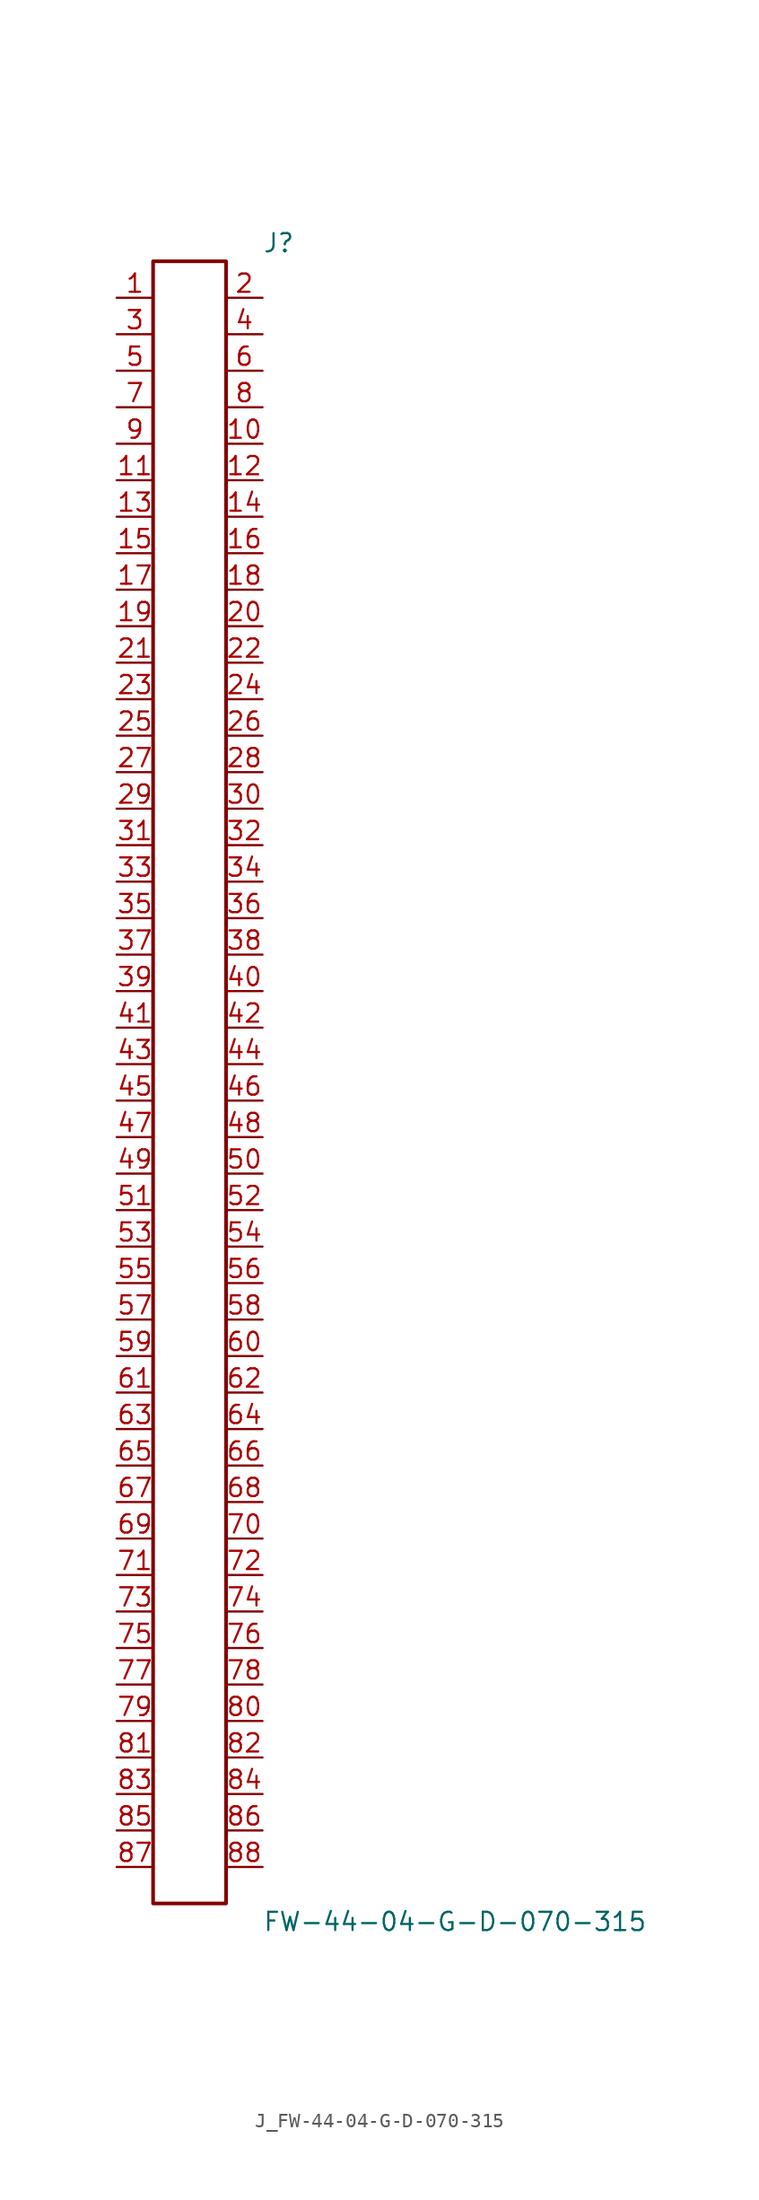
<source format=kicad_sym>
(kicad_symbol_lib
  (version 20231120)
  (generator kicad_symbol_editor)
  (generator_version 8.0)
  (symbol "J_FW-44-04-G-D-070-315"
    (pin_names
      (offset 0.254))
    (property "Reference" "J"
      (at 5.08 58.42 0)
      (effects (font (size 1.27 1.27)) (justify left)))
    (property "Value" "FW-44-04-G-D-070-315"
      (at 5.08 -58.42 0)
      (effects (font (size 1.27 1.27)) (justify left)))
    (symbol "J_FW-44-04-G-D-070-315_0_0"
      (pin passive line (at -5.08 54.61 0) (length 2.54) (name "" (effects (font (size 1.27 1.27)))) (number "1" (effects (font (size 1.27 1.27)))))
      (pin passive line (at 5.08 54.61 180) (length 2.54) (name "" (effects (font (size 1.27 1.27)))) (number "2" (effects (font (size 1.27 1.27)))))
      (pin passive line (at -5.08 52.07 0) (length 2.54) (name "" (effects (font (size 1.27 1.27)))) (number "3" (effects (font (size 1.27 1.27)))))
      (pin passive line (at 5.08 52.07 180) (length 2.54) (name "" (effects (font (size 1.27 1.27)))) (number "4" (effects (font (size 1.27 1.27)))))
      (pin passive line (at -5.08 49.53 0) (length 2.54) (name "" (effects (font (size 1.27 1.27)))) (number "5" (effects (font (size 1.27 1.27)))))
      (pin passive line (at 5.08 49.53 180) (length 2.54) (name "" (effects (font (size 1.27 1.27)))) (number "6" (effects (font (size 1.27 1.27)))))
      (pin passive line (at -5.08 46.99 0) (length 2.54) (name "" (effects (font (size 1.27 1.27)))) (number "7" (effects (font (size 1.27 1.27)))))
      (pin passive line (at 5.08 46.99 180) (length 2.54) (name "" (effects (font (size 1.27 1.27)))) (number "8" (effects (font (size 1.27 1.27)))))
      (pin passive line (at -5.08 44.45 0) (length 2.54) (name "" (effects (font (size 1.27 1.27)))) (number "9" (effects (font (size 1.27 1.27)))))
      (pin passive line (at 5.08 44.45 180) (length 2.54) (name "" (effects (font (size 1.27 1.27)))) (number "10" (effects (font (size 1.27 1.27)))))
      (pin passive line (at -5.08 41.91 0) (length 2.54) (name "" (effects (font (size 1.27 1.27)))) (number "11" (effects (font (size 1.27 1.27)))))
      (pin passive line (at 5.08 41.91 180) (length 2.54) (name "" (effects (font (size 1.27 1.27)))) (number "12" (effects (font (size 1.27 1.27)))))
      (pin passive line (at -5.08 39.37 0) (length 2.54) (name "" (effects (font (size 1.27 1.27)))) (number "13" (effects (font (size 1.27 1.27)))))
      (pin passive line (at 5.08 39.37 180) (length 2.54) (name "" (effects (font (size 1.27 1.27)))) (number "14" (effects (font (size 1.27 1.27)))))
      (pin passive line (at -5.08 36.83 0) (length 2.54) (name "" (effects (font (size 1.27 1.27)))) (number "15" (effects (font (size 1.27 1.27)))))
      (pin passive line (at 5.08 36.83 180) (length 2.54) (name "" (effects (font (size 1.27 1.27)))) (number "16" (effects (font (size 1.27 1.27)))))
      (pin passive line (at -5.08 34.29 0) (length 2.54) (name "" (effects (font (size 1.27 1.27)))) (number "17" (effects (font (size 1.27 1.27)))))
      (pin passive line (at 5.08 34.29 180) (length 2.54) (name "" (effects (font (size 1.27 1.27)))) (number "18" (effects (font (size 1.27 1.27)))))
      (pin passive line (at -5.08 31.75 0) (length 2.54) (name "" (effects (font (size 1.27 1.27)))) (number "19" (effects (font (size 1.27 1.27)))))
      (pin passive line (at 5.08 31.75 180) (length 2.54) (name "" (effects (font (size 1.27 1.27)))) (number "20" (effects (font (size 1.27 1.27)))))
      (pin passive line (at -5.08 29.21 0) (length 2.54) (name "" (effects (font (size 1.27 1.27)))) (number "21" (effects (font (size 1.27 1.27)))))
      (pin passive line (at 5.08 29.21 180) (length 2.54) (name "" (effects (font (size 1.27 1.27)))) (number "22" (effects (font (size 1.27 1.27)))))
      (pin passive line (at -5.08 26.67 0) (length 2.54) (name "" (effects (font (size 1.27 1.27)))) (number "23" (effects (font (size 1.27 1.27)))))
      (pin passive line (at 5.08 26.67 180) (length 2.54) (name "" (effects (font (size 1.27 1.27)))) (number "24" (effects (font (size 1.27 1.27)))))
      (pin passive line (at -5.08 24.13 0) (length 2.54) (name "" (effects (font (size 1.27 1.27)))) (number "25" (effects (font (size 1.27 1.27)))))
      (pin passive line (at 5.08 24.13 180) (length 2.54) (name "" (effects (font (size 1.27 1.27)))) (number "26" (effects (font (size 1.27 1.27)))))
      (pin passive line (at -5.08 21.59 0) (length 2.54) (name "" (effects (font (size 1.27 1.27)))) (number "27" (effects (font (size 1.27 1.27)))))
      (pin passive line (at 5.08 21.59 180) (length 2.54) (name "" (effects (font (size 1.27 1.27)))) (number "28" (effects (font (size 1.27 1.27)))))
      (pin passive line (at -5.08 19.05 0) (length 2.54) (name "" (effects (font (size 1.27 1.27)))) (number "29" (effects (font (size 1.27 1.27)))))
      (pin passive line (at 5.08 19.05 180) (length 2.54) (name "" (effects (font (size 1.27 1.27)))) (number "30" (effects (font (size 1.27 1.27)))))
      (pin passive line (at -5.08 16.51 0) (length 2.54) (name "" (effects (font (size 1.27 1.27)))) (number "31" (effects (font (size 1.27 1.27)))))
      (pin passive line (at 5.08 16.51 180) (length 2.54) (name "" (effects (font (size 1.27 1.27)))) (number "32" (effects (font (size 1.27 1.27)))))
      (pin passive line (at -5.08 13.97 0) (length 2.54) (name "" (effects (font (size 1.27 1.27)))) (number "33" (effects (font (size 1.27 1.27)))))
      (pin passive line (at 5.08 13.97 180) (length 2.54) (name "" (effects (font (size 1.27 1.27)))) (number "34" (effects (font (size 1.27 1.27)))))
      (pin passive line (at -5.08 11.43 0) (length 2.54) (name "" (effects (font (size 1.27 1.27)))) (number "35" (effects (font (size 1.27 1.27)))))
      (pin passive line (at 5.08 11.43 180) (length 2.54) (name "" (effects (font (size 1.27 1.27)))) (number "36" (effects (font (size 1.27 1.27)))))
      (pin passive line (at -5.08 8.89 0) (length 2.54) (name "" (effects (font (size 1.27 1.27)))) (number "37" (effects (font (size 1.27 1.27)))))
      (pin passive line (at 5.08 8.89 180) (length 2.54) (name "" (effects (font (size 1.27 1.27)))) (number "38" (effects (font (size 1.27 1.27)))))
      (pin passive line (at -5.08 6.35 0) (length 2.54) (name "" (effects (font (size 1.27 1.27)))) (number "39" (effects (font (size 1.27 1.27)))))
      (pin passive line (at 5.08 6.35 180) (length 2.54) (name "" (effects (font (size 1.27 1.27)))) (number "40" (effects (font (size 1.27 1.27)))))
      (pin passive line (at -5.08 3.81 0) (length 2.54) (name "" (effects (font (size 1.27 1.27)))) (number "41" (effects (font (size 1.27 1.27)))))
      (pin passive line (at 5.08 3.81 180) (length 2.54) (name "" (effects (font (size 1.27 1.27)))) (number "42" (effects (font (size 1.27 1.27)))))
      (pin passive line (at -5.08 1.27 0) (length 2.54) (name "" (effects (font (size 1.27 1.27)))) (number "43" (effects (font (size 1.27 1.27)))))
      (pin passive line (at 5.08 1.27 180) (length 2.54) (name "" (effects (font (size 1.27 1.27)))) (number "44" (effects (font (size 1.27 1.27)))))
      (pin passive line (at -5.08 -1.27 0) (length 2.54) (name "" (effects (font (size 1.27 1.27)))) (number "45" (effects (font (size 1.27 1.27)))))
      (pin passive line (at 5.08 -1.27 180) (length 2.54) (name "" (effects (font (size 1.27 1.27)))) (number "46" (effects (font (size 1.27 1.27)))))
      (pin passive line (at -5.08 -3.81 0) (length 2.54) (name "" (effects (font (size 1.27 1.27)))) (number "47" (effects (font (size 1.27 1.27)))))
      (pin passive line (at 5.08 -3.81 180) (length 2.54) (name "" (effects (font (size 1.27 1.27)))) (number "48" (effects (font (size 1.27 1.27)))))
      (pin passive line (at -5.08 -6.35 0) (length 2.54) (name "" (effects (font (size 1.27 1.27)))) (number "49" (effects (font (size 1.27 1.27)))))
      (pin passive line (at 5.08 -6.35 180) (length 2.54) (name "" (effects (font (size 1.27 1.27)))) (number "50" (effects (font (size 1.27 1.27)))))
      (pin passive line (at -5.08 -8.89 0) (length 2.54) (name "" (effects (font (size 1.27 1.27)))) (number "51" (effects (font (size 1.27 1.27)))))
      (pin passive line (at 5.08 -8.89 180) (length 2.54) (name "" (effects (font (size 1.27 1.27)))) (number "52" (effects (font (size 1.27 1.27)))))
      (pin passive line (at -5.08 -11.43 0) (length 2.54) (name "" (effects (font (size 1.27 1.27)))) (number "53" (effects (font (size 1.27 1.27)))))
      (pin passive line (at 5.08 -11.43 180) (length 2.54) (name "" (effects (font (size 1.27 1.27)))) (number "54" (effects (font (size 1.27 1.27)))))
      (pin passive line (at -5.08 -13.97 0) (length 2.54) (name "" (effects (font (size 1.27 1.27)))) (number "55" (effects (font (size 1.27 1.27)))))
      (pin passive line (at 5.08 -13.97 180) (length 2.54) (name "" (effects (font (size 1.27 1.27)))) (number "56" (effects (font (size 1.27 1.27)))))
      (pin passive line (at -5.08 -16.51 0) (length 2.54) (name "" (effects (font (size 1.27 1.27)))) (number "57" (effects (font (size 1.27 1.27)))))
      (pin passive line (at 5.08 -16.51 180) (length 2.54) (name "" (effects (font (size 1.27 1.27)))) (number "58" (effects (font (size 1.27 1.27)))))
      (pin passive line (at -5.08 -19.05 0) (length 2.54) (name "" (effects (font (size 1.27 1.27)))) (number "59" (effects (font (size 1.27 1.27)))))
      (pin passive line (at 5.08 -19.05 180) (length 2.54) (name "" (effects (font (size 1.27 1.27)))) (number "60" (effects (font (size 1.27 1.27)))))
      (pin passive line (at -5.08 -21.59 0) (length 2.54) (name "" (effects (font (size 1.27 1.27)))) (number "61" (effects (font (size 1.27 1.27)))))
      (pin passive line (at 5.08 -21.59 180) (length 2.54) (name "" (effects (font (size 1.27 1.27)))) (number "62" (effects (font (size 1.27 1.27)))))
      (pin passive line (at -5.08 -24.13 0) (length 2.54) (name "" (effects (font (size 1.27 1.27)))) (number "63" (effects (font (size 1.27 1.27)))))
      (pin passive line (at 5.08 -24.13 180) (length 2.54) (name "" (effects (font (size 1.27 1.27)))) (number "64" (effects (font (size 1.27 1.27)))))
      (pin passive line (at -5.08 -26.67 0) (length 2.54) (name "" (effects (font (size 1.27 1.27)))) (number "65" (effects (font (size 1.27 1.27)))))
      (pin passive line (at 5.08 -26.67 180) (length 2.54) (name "" (effects (font (size 1.27 1.27)))) (number "66" (effects (font (size 1.27 1.27)))))
      (pin passive line (at -5.08 -29.21 0) (length 2.54) (name "" (effects (font (size 1.27 1.27)))) (number "67" (effects (font (size 1.27 1.27)))))
      (pin passive line (at 5.08 -29.21 180) (length 2.54) (name "" (effects (font (size 1.27 1.27)))) (number "68" (effects (font (size 1.27 1.27)))))
      (pin passive line (at -5.08 -31.75 0) (length 2.54) (name "" (effects (font (size 1.27 1.27)))) (number "69" (effects (font (size 1.27 1.27)))))
      (pin passive line (at 5.08 -31.75 180) (length 2.54) (name "" (effects (font (size 1.27 1.27)))) (number "70" (effects (font (size 1.27 1.27)))))
      (pin passive line (at -5.08 -34.29 0) (length 2.54) (name "" (effects (font (size 1.27 1.27)))) (number "71" (effects (font (size 1.27 1.27)))))
      (pin passive line (at 5.08 -34.29 180) (length 2.54) (name "" (effects (font (size 1.27 1.27)))) (number "72" (effects (font (size 1.27 1.27)))))
      (pin passive line (at -5.08 -36.83 0) (length 2.54) (name "" (effects (font (size 1.27 1.27)))) (number "73" (effects (font (size 1.27 1.27)))))
      (pin passive line (at 5.08 -36.83 180) (length 2.54) (name "" (effects (font (size 1.27 1.27)))) (number "74" (effects (font (size 1.27 1.27)))))
      (pin passive line (at -5.08 -39.37 0) (length 2.54) (name "" (effects (font (size 1.27 1.27)))) (number "75" (effects (font (size 1.27 1.27)))))
      (pin passive line (at 5.08 -39.37 180) (length 2.54) (name "" (effects (font (size 1.27 1.27)))) (number "76" (effects (font (size 1.27 1.27)))))
      (pin passive line (at -5.08 -41.91 0) (length 2.54) (name "" (effects (font (size 1.27 1.27)))) (number "77" (effects (font (size 1.27 1.27)))))
      (pin passive line (at 5.08 -41.91 180) (length 2.54) (name "" (effects (font (size 1.27 1.27)))) (number "78" (effects (font (size 1.27 1.27)))))
      (pin passive line (at -5.08 -44.45 0) (length 2.54) (name "" (effects (font (size 1.27 1.27)))) (number "79" (effects (font (size 1.27 1.27)))))
      (pin passive line (at 5.08 -44.45 180) (length 2.54) (name "" (effects (font (size 1.27 1.27)))) (number "80" (effects (font (size 1.27 1.27)))))
      (pin passive line (at -5.08 -46.99 0) (length 2.54) (name "" (effects (font (size 1.27 1.27)))) (number "81" (effects (font (size 1.27 1.27)))))
      (pin passive line (at 5.08 -46.99 180) (length 2.54) (name "" (effects (font (size 1.27 1.27)))) (number "82" (effects (font (size 1.27 1.27)))))
      (pin passive line (at -5.08 -49.53 0) (length 2.54) (name "" (effects (font (size 1.27 1.27)))) (number "83" (effects (font (size 1.27 1.27)))))
      (pin passive line (at 5.08 -49.53 180) (length 2.54) (name "" (effects (font (size 1.27 1.27)))) (number "84" (effects (font (size 1.27 1.27)))))
      (pin passive line (at -5.08 -52.07 0) (length 2.54) (name "" (effects (font (size 1.27 1.27)))) (number "85" (effects (font (size 1.27 1.27)))))
      (pin passive line (at 5.08 -52.07 180) (length 2.54) (name "" (effects (font (size 1.27 1.27)))) (number "86" (effects (font (size 1.27 1.27)))))
      (pin passive line (at -5.08 -54.61 0) (length 2.54) (name "" (effects (font (size 1.27 1.27)))) (number "87" (effects (font (size 1.27 1.27)))))
      (pin passive line (at 5.08 -54.61 180) (length 2.54) (name "" (effects (font (size 1.27 1.27)))) (number "88" (effects (font (size 1.27 1.27))))))
    (symbol "J_FW-44-04-G-D-070-315_1_0"
      (rectangle (start -2.54 57.15) (end 2.54 -57.15) (stroke (width 0.254) (type solid)) (fill (type none))))))
</source>
